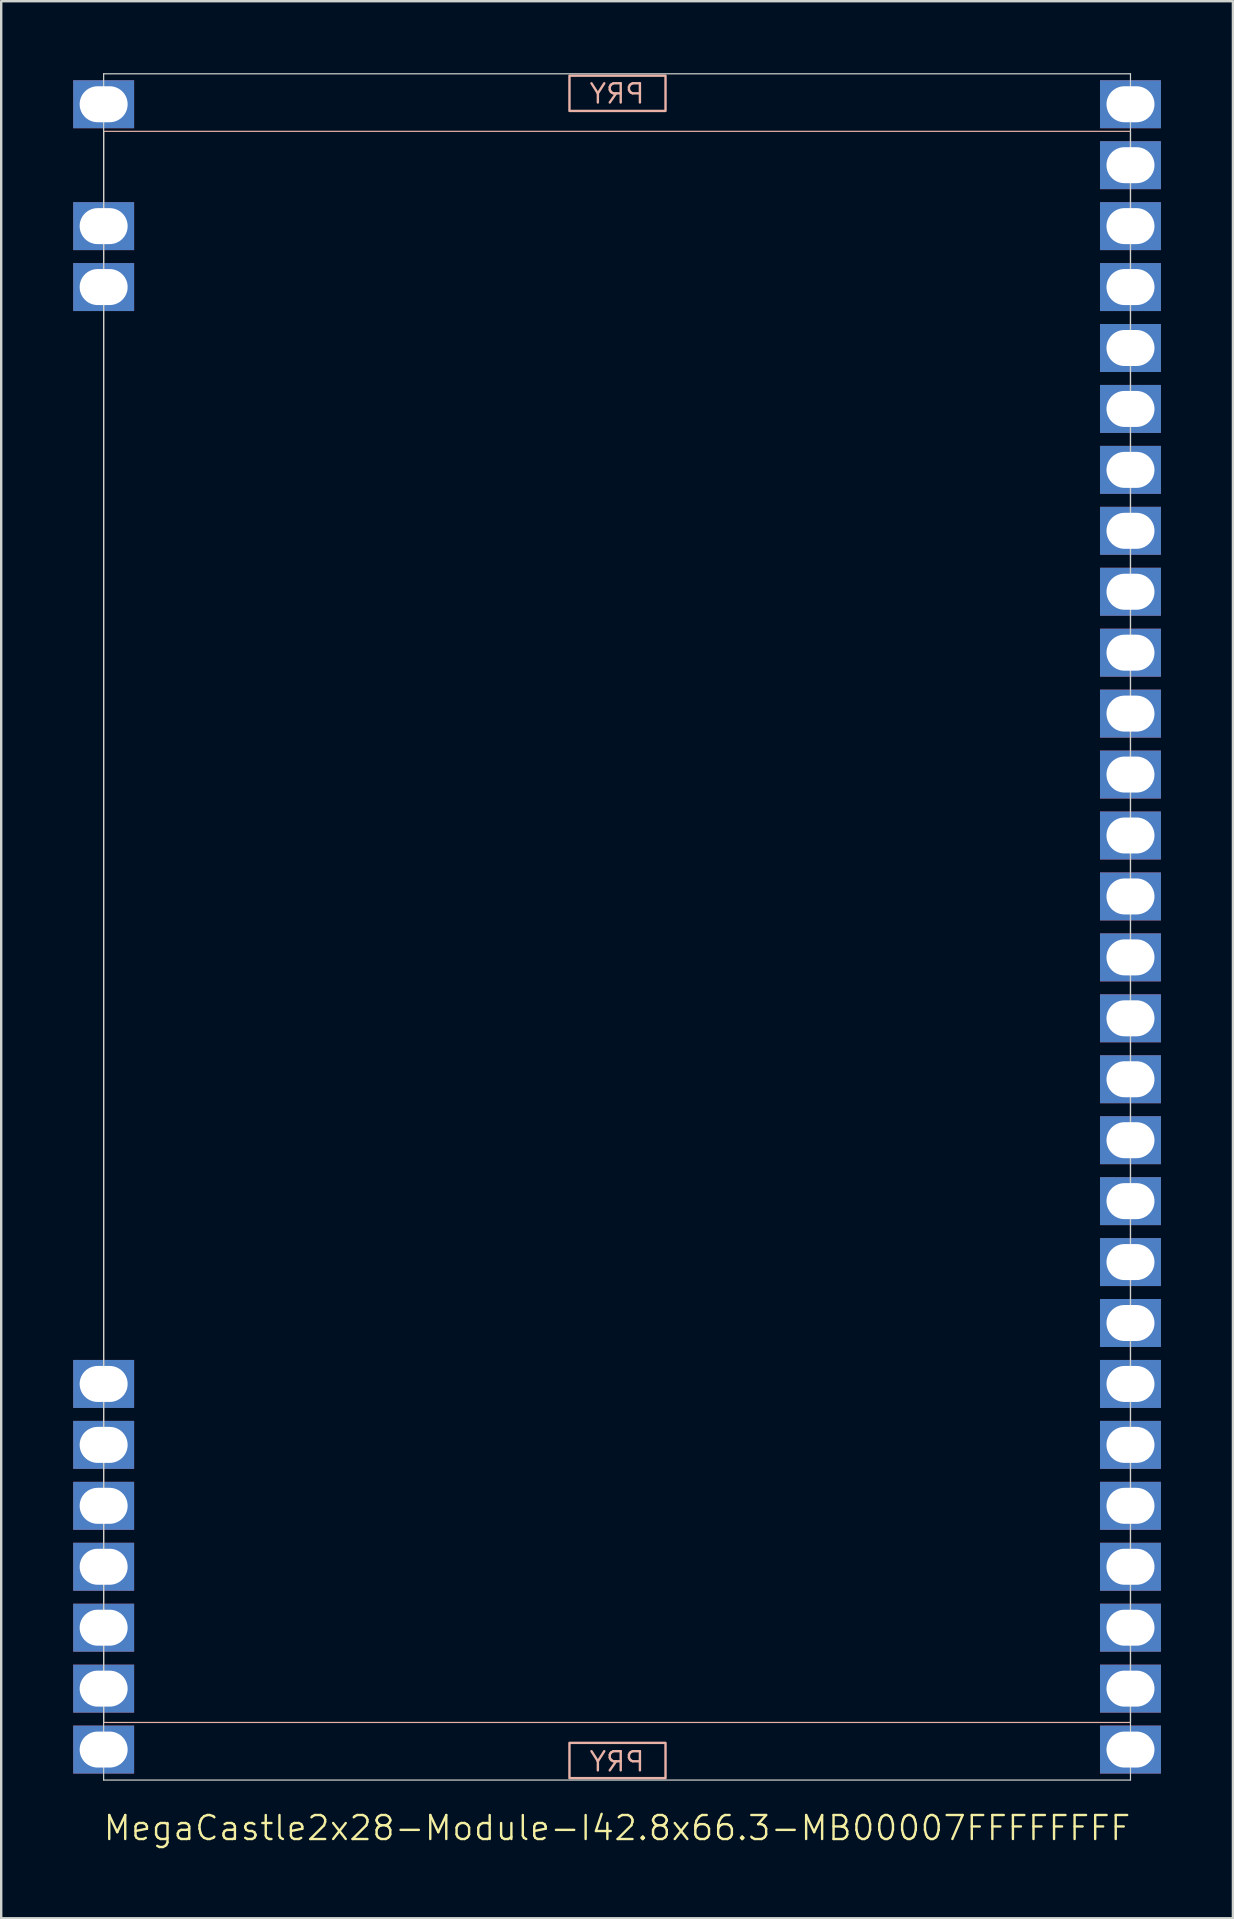
<source format=kicad_pcb>
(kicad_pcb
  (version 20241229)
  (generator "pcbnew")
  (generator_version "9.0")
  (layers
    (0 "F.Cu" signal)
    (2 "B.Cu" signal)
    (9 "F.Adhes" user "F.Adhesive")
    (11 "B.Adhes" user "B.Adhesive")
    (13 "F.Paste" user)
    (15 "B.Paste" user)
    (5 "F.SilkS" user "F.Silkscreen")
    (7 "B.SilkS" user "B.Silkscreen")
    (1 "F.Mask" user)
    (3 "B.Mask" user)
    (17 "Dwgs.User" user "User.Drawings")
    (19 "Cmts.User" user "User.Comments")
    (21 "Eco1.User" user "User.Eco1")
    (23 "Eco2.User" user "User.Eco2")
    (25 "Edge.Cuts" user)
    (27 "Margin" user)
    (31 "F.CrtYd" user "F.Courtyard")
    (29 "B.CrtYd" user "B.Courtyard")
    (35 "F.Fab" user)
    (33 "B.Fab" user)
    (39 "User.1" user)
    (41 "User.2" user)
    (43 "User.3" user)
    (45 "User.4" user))
  (footprint "MegaCastle2x28-Module-I42.8x66.3-MB00007FFFFFFFF"
    (layer "F.Cu")
    (at 22.67 35.585)
    (property "Reference" "MegaCastle2x28-Module-I42.8x66.3-MB00007FFFFFFFF" (at 0 37.56 0) (unlocked yes) (layer "F.SilkS") (effects (font (size 1 1) (thickness 0.1))))
    (attr smd)
    (fp_rect (start -21.4 33.16) (end 21.4 -33.16) (stroke (width 0.05) (type default)) (fill no) (layer "B.SilkS"))
    (fp_rect (start -1.984 -34.011) (end 2.02 -35.48) (stroke (width 0.1) (type default)) (fill no) (layer "B.SilkS"))
    (fp_rect (start -1.984 34.011) (end 2.02 35.48) (stroke (width 0.1) (type default)) (fill no) (layer "B.SilkS"))
    (fp_line (start -21.4 -35.56) (end -21.4 35.56) (stroke (width 0.05) (type default)) (layer "Edge.Cuts"))
    (fp_line (start -21.4 -35.56) (end 21.4 -35.56) (stroke (width 0.05) (type default)) (layer "Edge.Cuts"))
    (fp_line (start -21.4 35.56) (end 21.4 35.56) (stroke (width 0.05) (type default)) (layer "Edge.Cuts"))
    (fp_line (start 21.4 -35.56) (end 21.4 35.56) (stroke (width 0.05) (type default)) (layer "Edge.Cuts"))
    (fp_text user "PRY" (at 0 -34.26 0) (unlocked yes) (layer "B.SilkS") (effects (font (size 0.8 0.8) (thickness 0.1)) (justify bottom mirror)))
    (fp_text user "PRY" (at 0 35.26 0) (unlocked yes) (layer "B.SilkS") (effects (font (size 0.8 0.8) (thickness 0.1)) (justify bottom mirror)))
    (pad "1" thru_hole rect (at -21.4 -34.29) (size 2.54 2) (drill oval 2 1.5) (property pad_prop_castellated) (layers "*.Cu" "*.Mask"))
    (pad "3" thru_hole rect (at -21.4 -29.21) (size 2.54 2) (drill oval 2 1.5) (property pad_prop_castellated) (layers "*.Cu" "*.Mask"))
    (pad "4" thru_hole rect (at -21.4 -26.67) (size 2.54 2) (drill oval 2 1.5) (property pad_prop_castellated) (layers "*.Cu" "*.Mask"))
    (pad "22" thru_hole rect (at -21.4 19.05) (size 2.54 2) (drill oval 2 1.5) (property pad_prop_castellated) (layers "*.Cu" "*.Mask"))
    (pad "23" thru_hole rect (at -21.4 21.59) (size 2.54 2) (drill oval 2 1.5) (property pad_prop_castellated) (layers "*.Cu" "*.Mask"))
    (pad "24" thru_hole rect (at -21.4 24.13) (size 2.54 2) (drill oval 2 1.5) (property pad_prop_castellated) (layers "*.Cu" "*.Mask"))
    (pad "25" thru_hole rect (at -21.4 26.67) (size 2.54 2) (drill oval 2 1.5) (property pad_prop_castellated) (layers "*.Cu" "*.Mask"))
    (pad "26" thru_hole rect (at -21.4 29.21) (size 2.54 2) (drill oval 2 1.5) (property pad_prop_castellated) (layers "*.Cu" "*.Mask"))
    (pad "27" thru_hole rect (at -21.4 31.75) (size 2.54 2) (drill oval 2 1.5) (property pad_prop_castellated) (layers "*.Cu" "*.Mask"))
    (pad "28" thru_hole rect (at -21.4 34.29) (size 2.54 2) (drill oval 2 1.5) (property pad_prop_castellated) (layers "*.Cu" "*.Mask"))
    (pad "29" thru_hole rect (at 21.4 -34.29) (size 2.54 2) (drill oval 2 1.5) (property pad_prop_castellated) (layers "*.Cu" "*.Mask"))
    (pad "30" thru_hole rect (at 21.4 -31.75) (size 2.54 2) (drill oval 2 1.5) (property pad_prop_castellated) (layers "*.Cu" "*.Mask"))
    (pad "31" thru_hole rect (at 21.4 -29.21) (size 2.54 2) (drill oval 2 1.5) (property pad_prop_castellated) (layers "*.Cu" "*.Mask"))
    (pad "32" thru_hole rect (at 21.4 -26.67) (size 2.54 2) (drill oval 2 1.5) (property pad_prop_castellated) (layers "*.Cu" "*.Mask"))
    (pad "33" thru_hole rect (at 21.4 -24.13) (size 2.54 2) (drill oval 2 1.5) (property pad_prop_castellated) (layers "*.Cu" "*.Mask"))
    (pad "34" thru_hole rect (at 21.4 -21.59) (size 2.54 2) (drill oval 2 1.5) (property pad_prop_castellated) (layers "*.Cu" "*.Mask"))
    (pad "35" thru_hole rect (at 21.4 -19.05) (size 2.54 2) (drill oval 2 1.5) (property pad_prop_castellated) (layers "*.Cu" "*.Mask"))
    (pad "36" thru_hole rect (at 21.4 -16.51) (size 2.54 2) (drill oval 2 1.5) (property pad_prop_castellated) (layers "*.Cu" "*.Mask"))
    (pad "37" thru_hole rect (at 21.4 -13.97) (size 2.54 2) (drill oval 2 1.5) (property pad_prop_castellated) (layers "*.Cu" "*.Mask"))
    (pad "38" thru_hole rect (at 21.4 -11.43) (size 2.54 2) (drill oval 2 1.5) (property pad_prop_castellated) (layers "*.Cu" "*.Mask"))
    (pad "39" thru_hole rect (at 21.4 -8.89) (size 2.54 2) (drill oval 2 1.5) (property pad_prop_castellated) (layers "*.Cu" "*.Mask"))
    (pad "40" thru_hole rect (at 21.4 -6.35) (size 2.54 2) (drill oval 2 1.5) (property pad_prop_castellated) (layers "*.Cu" "*.Mask"))
    (pad "41" thru_hole rect (at 21.4 -3.81) (size 2.54 2) (drill oval 2 1.5) (property pad_prop_castellated) (layers "*.Cu" "*.Mask"))
    (pad "42" thru_hole rect (at 21.4 -1.27) (size 2.54 2) (drill oval 2 1.5) (property pad_prop_castellated) (layers "*.Cu" "*.Mask"))
    (pad "43" thru_hole rect (at 21.4 1.27) (size 2.54 2) (drill oval 2 1.5) (property pad_prop_castellated) (layers "*.Cu" "*.Mask"))
    (pad "44" thru_hole rect (at 21.4 3.81) (size 2.54 2) (drill oval 2 1.5) (property pad_prop_castellated) (layers "*.Cu" "*.Mask"))
    (pad "45" thru_hole rect (at 21.4 6.35) (size 2.54 2) (drill oval 2 1.5) (property pad_prop_castellated) (layers "*.Cu" "*.Mask"))
    (pad "46" thru_hole rect (at 21.4 8.89) (size 2.54 2) (drill oval 2 1.5) (property pad_prop_castellated) (layers "*.Cu" "*.Mask"))
    (pad "47" thru_hole rect (at 21.4 11.43) (size 2.54 2) (drill oval 2 1.5) (property pad_prop_castellated) (layers "*.Cu" "*.Mask"))
    (pad "48" thru_hole rect (at 21.4 13.97) (size 2.54 2) (drill oval 2 1.5) (property pad_prop_castellated) (layers "*.Cu" "*.Mask"))
    (pad "49" thru_hole rect (at 21.4 16.51) (size 2.54 2) (drill oval 2 1.5) (property pad_prop_castellated) (layers "*.Cu" "*.Mask"))
    (pad "50" thru_hole rect (at 21.4 19.05) (size 2.54 2) (drill oval 2 1.5) (property pad_prop_castellated) (layers "*.Cu" "*.Mask"))
    (pad "51" thru_hole rect (at 21.4 21.59) (size 2.54 2) (drill oval 2 1.5) (property pad_prop_castellated) (layers "*.Cu" "*.Mask"))
    (pad "52" thru_hole rect (at 21.4 24.13) (size 2.54 2) (drill oval 2 1.5) (property pad_prop_castellated) (layers "*.Cu" "*.Mask"))
    (pad "53" thru_hole rect (at 21.4 26.67) (size 2.54 2) (drill oval 2 1.5) (property pad_prop_castellated) (layers "*.Cu" "*.Mask"))
    (pad "54" thru_hole rect (at 21.4 29.21) (size 2.54 2) (drill oval 2 1.5) (property pad_prop_castellated) (layers "*.Cu" "*.Mask"))
    (pad "55" thru_hole rect (at 21.4 31.75) (size 2.54 2) (drill oval 2 1.5) (property pad_prop_castellated) (layers "*.Cu" "*.Mask"))
    (pad "56" thru_hole rect (at 21.4 34.29) (size 2.54 2) (drill oval 2 1.5) (property pad_prop_castellated) (layers "*.Cu" "*.Mask"))
    (zone (net_name "") (layer "B.Cu") (hatch edge 0.5) (connect_pads) (min_thickness 0.25) (filled_areas_thickness no) (keepout (tracks allowed) (vias allowed) (pads allowed) (copperpour allowed) (footprints not_allowed)) (placement (enabled no)) (fill) (polygon (pts (xy 1.27 71.145) (xy 1.27 0.025))))
    (zone (net_name "") (layer "B.Cu") (hatch edge 0.5) (connect_pads) (min_thickness 0.25) (filled_areas_thickness no) (keepout (tracks allowed) (vias allowed) (pads allowed) (copperpour allowed) (footprints not_allowed)) (placement (enabled no)) (fill) (polygon (pts (xy 44.07 71.145) (xy 44.07 0.025))))
    (zone (net_name "") (layer "B.Cu") (hatch edge 0.5) (connect_pads) (min_thickness 0.25) (filled_areas_thickness no) (keepout (tracks allowed) (vias allowed) (pads allowed) (copperpour allowed) (footprints not_allowed)) (placement (enabled no)) (fill) (polygon (pts (xy 1.27 0.025) (xy 1.27 2.425) (xy 44.07 2.425) (xy 44.07 0.025))))
    (zone (net_name "") (layer "B.Cu") (hatch edge 0.5) (connect_pads) (min_thickness 0.25) (filled_areas_thickness no) (keepout (tracks allowed) (vias allowed) (pads allowed) (copperpour allowed) (footprints not_allowed)) (placement (enabled no)) (fill) (polygon (pts (xy 1.27 71.145) (xy 1.27 68.745) (xy 44.07 68.745) (xy 44.07 71.145))))
    (zone (net_name "") (layer "B.Cu") (name "Upper Pry Zone") (hatch edge 0.5) (connect_pads) (min_thickness 0.25) (filled_areas_thickness no) (keepout (tracks not_allowed) (vias not_allowed) (pads not_allowed) (copperpour allowed) (footprints not_allowed)) (placement (enabled no)) (fill) (polygon (pts (xy 20.686 1.574) (xy 20.686 0.105) (xy 24.69 0.105) (xy 24.69 1.574))))
    (zone (net_name "") (layer "B.Cu") (name "Upper Pry Zone") (hatch edge 0.5) (connect_pads) (min_thickness 0.25) (filled_areas_thickness no) (keepout (tracks not_allowed) (vias not_allowed) (pads not_allowed) (copperpour allowed) (footprints not_allowed)) (placement (enabled no)) (fill) (polygon (pts (xy 20.686 69.596) (xy 20.686 71.065) (xy 24.69 71.065) (xy 24.69 69.596)))))
  (gr_rect
    (start -3 -3)
    (end 48.34 76.906)
    (stroke (width 0.1) (type default))
    (fill no)
    (layer "Edge.Cuts")))
</source>
